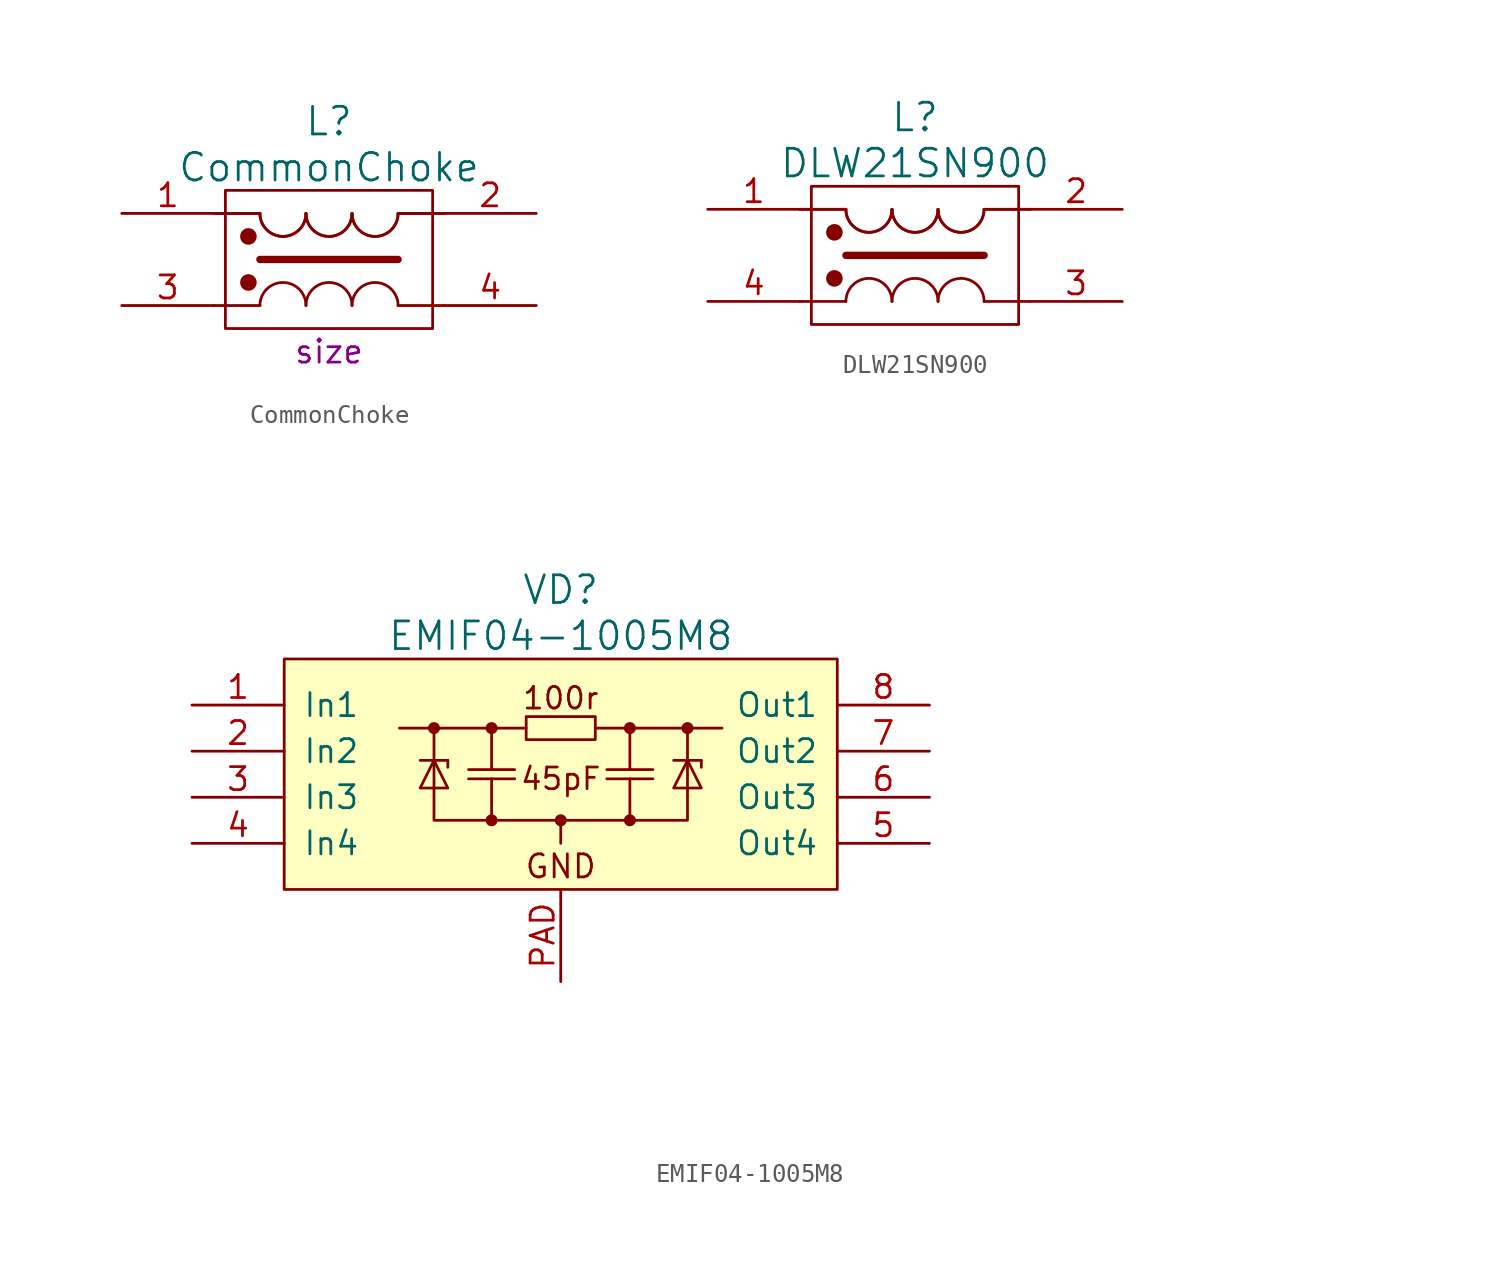
<source format=kicad_sym>
(kicad_symbol_lib
  (version 20220914)
  (generator kicad_symbol_editor)
  (symbol "CommonChoke"
    (pin_names
      (offset 1.016))
    (property "Reference" "L"
      (at 0 7.62 0)
      (do_not_autoplace)
      (effects (font (size 1.524 1.524))))
    (property "Value" "CommonChoke"
      (at 0 5.08 0)
      (do_not_autoplace)
      (effects (font (size 1.524 1.524))))
    (property "Datasheet" ""
      (at 0 7.62 0)
      (effects (font (size 1.524 1.524))))
    (property "Size" "size"
      (at 0 -5.08 0)
      (do_not_autoplace)
      (effects (font (size 1.27 1.27))))
    (symbol "CommonChoke_0_1"
      (circle (center -4.445 -1.27) (radius 0.254) (stroke (width 0.406) (type solid)) (fill (type outline)))
      (circle (center -4.445 1.27) (radius 0.254) (stroke (width 0.406) (type solid)) (fill (type outline)))
      (arc (start -3.81 2.54) (mid -2.54 1.2755) (end -1.27 2.54) (stroke (width 0) (type solid)) (fill (type none)))
      (arc (start -3.81 2.54) (mid -2.54 1.2755) (end -1.27 2.54) (stroke (width 0) (type solid)) (fill (type none)))
      (arc (start -1.27 -2.54) (mid -2.54 -1.2755) (end -3.81 -2.54) (stroke (width 0) (type solid)) (fill (type none)))
      (arc (start -1.27 2.54) (mid 0 1.2755) (end 1.27 2.54) (stroke (width 0) (type solid)) (fill (type none)))
      (arc (start -1.27 2.54) (mid 0 1.2755) (end 1.27 2.54) (stroke (width 0) (type solid)) (fill (type none)))
      (polyline (pts (xy -3.81 -2.54) (xy -6.35 -2.54)) (stroke (width 0) (type solid)) (fill (type none)))
      (polyline (pts (xy -3.81 2.54) (xy -6.35 2.54)) (stroke (width 0) (type solid)) (fill (type none)))
      (polyline (pts (xy -3.81 2.54) (xy -6.35 2.54)) (stroke (width 0) (type solid)) (fill (type none)))
      (polyline (pts (xy 3.81 0) (xy -3.81 0)) (stroke (width 0.406) (type solid)) (fill (type none)))
      (polyline (pts (xy 6.35 -2.54) (xy 3.81 -2.54)) (stroke (width 0) (type solid)) (fill (type none)))
      (polyline (pts (xy 6.35 2.54) (xy 3.81 2.54)) (stroke (width 0) (type solid)) (fill (type none)))
      (polyline (pts (xy 6.35 2.54) (xy 3.81 2.54)) (stroke (width 0) (type solid)) (fill (type none)))
      (arc (start 1.27 -2.54) (mid 0 -1.2755) (end -1.27 -2.54) (stroke (width 0) (type solid)) (fill (type none)))
      (arc (start 1.27 2.54) (mid 2.54 1.2755) (end 3.81 2.54) (stroke (width 0) (type solid)) (fill (type none)))
      (arc (start 1.27 2.54) (mid 2.54 1.2755) (end 3.81 2.54) (stroke (width 0) (type solid)) (fill (type none)))
      (arc (start 3.81 -2.54) (mid 2.54 -1.2755) (end 1.27 -2.54) (stroke (width 0) (type solid)) (fill (type none)))
      (rectangle (start 5.715 3.81) (end -5.715 -3.81) (stroke (width 0) (type solid)) (fill (type none))))
    (symbol "CommonChoke_1_1"
      (pin input line (at -11.43 2.54 0) (length 5.08) (name "~" (effects (font (size 1.27 1.27)))) (number "1" (effects (font (size 1.27 1.27)))))
      (pin passive line (at 11.43 2.54 180) (length 5.08) (name "~" (effects (font (size 1.27 1.27)))) (number "2" (effects (font (size 1.27 1.27)))))
      (pin input line (at -11.43 -2.54 0) (length 5.08) (name "~" (effects (font (size 1.27 1.27)))) (number "3" (effects (font (size 1.27 1.27)))))
      (pin passive line (at 11.43 -2.54 180) (length 5.08) (name "~" (effects (font (size 1.27 1.27)))) (number "4" (effects (font (size 1.27 1.27)))))))
  (symbol "DLW21SN900"
    (pin_names
      (offset 1.016))
    (property "Reference" "L"
      (at 0 7.62 0)
      (effects (font (size 1.524 1.524))))
    (property "Value" "DLW21SN900"
      (at 0 5.08 0)
      (effects (font (size 1.524 1.524))))
    (property "Datasheet" ""
      (at 0 7.62 0)
      (effects (font (size 1.524 1.524))))
    (symbol "DLW21SN900_0_1"
      (circle (center -4.445 -1.27) (radius 0.254) (stroke (width 0.406) (type solid)) (fill (type outline)))
      (circle (center -4.445 1.27) (radius 0.254) (stroke (width 0.406) (type solid)) (fill (type outline)))
      (arc (start -3.81 2.54) (mid -2.54 1.2755) (end -1.27 2.54) (stroke (width 0) (type solid)) (fill (type none)))
      (arc (start -3.81 2.54) (mid -2.54 1.2755) (end -1.27 2.54) (stroke (width 0) (type solid)) (fill (type none)))
      (arc (start -1.27 -2.54) (mid -2.54 -1.2755) (end -3.81 -2.54) (stroke (width 0) (type solid)) (fill (type none)))
      (arc (start -1.27 2.54) (mid 0 1.2755) (end 1.27 2.54) (stroke (width 0) (type solid)) (fill (type none)))
      (arc (start -1.27 2.54) (mid 0 1.2755) (end 1.27 2.54) (stroke (width 0) (type solid)) (fill (type none)))
      (polyline (pts (xy -3.81 -2.54) (xy -6.35 -2.54)) (stroke (width 0) (type solid)) (fill (type none)))
      (polyline (pts (xy -3.81 2.54) (xy -6.35 2.54)) (stroke (width 0) (type solid)) (fill (type none)))
      (polyline (pts (xy -3.81 2.54) (xy -6.35 2.54)) (stroke (width 0) (type solid)) (fill (type none)))
      (polyline (pts (xy 3.81 0) (xy -3.81 0)) (stroke (width 0.406) (type solid)) (fill (type none)))
      (polyline (pts (xy 6.35 -2.54) (xy 3.81 -2.54)) (stroke (width 0) (type solid)) (fill (type none)))
      (polyline (pts (xy 6.35 2.54) (xy 3.81 2.54)) (stroke (width 0) (type solid)) (fill (type none)))
      (polyline (pts (xy 6.35 2.54) (xy 3.81 2.54)) (stroke (width 0) (type solid)) (fill (type none)))
      (arc (start 1.27 -2.54) (mid 0 -1.2755) (end -1.27 -2.54) (stroke (width 0) (type solid)) (fill (type none)))
      (arc (start 1.27 2.54) (mid 2.54 1.2755) (end 3.81 2.54) (stroke (width 0) (type solid)) (fill (type none)))
      (arc (start 1.27 2.54) (mid 2.54 1.2755) (end 3.81 2.54) (stroke (width 0) (type solid)) (fill (type none)))
      (arc (start 3.81 -2.54) (mid 2.54 -1.2755) (end 1.27 -2.54) (stroke (width 0) (type solid)) (fill (type none)))
      (rectangle (start 5.715 3.81) (end -5.715 -3.81) (stroke (width 0) (type solid)) (fill (type none))))
    (symbol "DLW21SN900_1_1"
      (pin input line (at -11.43 2.54 0) (length 5.08) (name "~" (effects (font (size 1.27 1.27)))) (number "1" (effects (font (size 1.27 1.27)))))
      (pin passive line (at 11.43 2.54 180) (length 5.08) (name "~" (effects (font (size 1.27 1.27)))) (number "2" (effects (font (size 1.27 1.27)))))
      (pin passive line (at 11.43 -2.54 180) (length 5.08) (name "~" (effects (font (size 1.27 1.27)))) (number "3" (effects (font (size 1.27 1.27)))))
      (pin input line (at -11.43 -2.54 0) (length 5.08) (name "~" (effects (font (size 1.27 1.27)))) (number "4" (effects (font (size 1.27 1.27)))))))
  (symbol "EMIF04-1005M8"
    (pin_names
      (offset 1.016))
    (property "Reference" "VD"
      (at 0 10.16 0)
      (effects (font (size 1.524 1.524))))
    (property "Value" "EMIF04-1005M8"
      (at 0 7.62 0)
      (effects (font (size 1.524 1.524))))
    (property "Datasheet" ""
      (at 41.275 -17.78 0)
      (effects (font (size 1.524 1.524))))
    (symbol "EMIF04-1005M8_0_0"
      (text "GND" (at 0 -5.08 0) (effects (font (size 1.27 1.27)))))
    (symbol "EMIF04-1005M8_0_1"
      (rectangle (start -15.24 6.35) (end 15.24 -6.35) (stroke (width 0) (type solid)) (fill (type background)))
      (polyline (pts (xy -5.08 -0.254) (xy -2.54 -0.254)) (stroke (width 0) (type solid)) (fill (type none)))
      (polyline (pts (xy -3.81 -2.54) (xy -3.81 -0.254)) (stroke (width 0) (type solid)) (fill (type none)))
      (polyline (pts (xy -3.81 2.54) (xy -3.81 0.254)) (stroke (width 0) (type solid)) (fill (type none)))
      (polyline (pts (xy -2.54 0.254) (xy -5.08 0.254)) (stroke (width 0) (type solid)) (fill (type none)))
      (polyline (pts (xy 2.54 -0.254) (xy 5.08 -0.254)) (stroke (width 0) (type solid)) (fill (type none)))
      (polyline (pts (xy 3.81 -2.54) (xy 3.81 -0.254)) (stroke (width 0) (type solid)) (fill (type none)))
      (polyline (pts (xy 3.81 2.54) (xy 3.81 0.254)) (stroke (width 0) (type solid)) (fill (type none)))
      (polyline (pts (xy 5.08 0.254) (xy 2.54 0.254)) (stroke (width 0) (type solid)) (fill (type none))))
    (symbol "EMIF04-1005M8_1_0"
      (circle (center -6.985 2.54) (radius 0.254) (stroke (width 0) (type solid)) (fill (type outline)))
      (circle (center -3.81 -2.54) (radius 0.254) (stroke (width 0) (type solid)) (fill (type outline)))
      (circle (center -3.81 2.54) (radius 0.254) (stroke (width 0) (type solid)) (fill (type outline)))
      (circle (center 0 -2.54) (radius 0.254) (stroke (width 0) (type solid)) (fill (type outline)))
      (polyline (pts (xy 0 -2.54) (xy 0 -3.81)) (stroke (width 0) (type solid)) (fill (type none)))
      (polyline (pts (xy -6.985 2.54) (xy -6.985 -2.54) (xy 6.985 -2.54) (xy 6.985 2.54)) (stroke (width 0) (type solid)) (fill (type none)))
      (circle (center 3.81 -2.54) (radius 0.254) (stroke (width 0) (type solid)) (fill (type outline)))
      (circle (center 3.81 2.54) (radius 0.254) (stroke (width 0) (type solid)) (fill (type outline)))
      (circle (center 6.985 2.54) (radius 0.254) (stroke (width 0) (type solid)) (fill (type outline)))
      (text "100r" (at 0 4.191 0) (effects (font (size 1.194 1.194))))
      (text "45pF" (at 0 -0.254 0) (effects (font (size 1.194 1.194)))))
    (symbol "EMIF04-1005M8_1_1"
      (rectangle (start -1.905 3.175) (end 1.905 1.905) (stroke (width 0) (type solid)) (fill (type none)))
      (polyline (pts (xy -6.223 0.762) (xy -7.747 0.762)) (stroke (width 0) (type solid)) (fill (type none)))
      (polyline (pts (xy -6.223 0.762) (xy -6.223 0.381)) (stroke (width 0) (type solid)) (fill (type none)))
      (polyline (pts (xy -1.905 2.54) (xy -8.89 2.54)) (stroke (width 0) (type solid)) (fill (type none)))
      (polyline (pts (xy 1.905 2.54) (xy 8.89 2.54)) (stroke (width 0) (type solid)) (fill (type none)))
      (polyline (pts (xy 7.747 0.762) (xy 6.223 0.762)) (stroke (width 0) (type solid)) (fill (type none)))
      (polyline (pts (xy 7.747 0.762) (xy 7.747 0.381)) (stroke (width 0) (type solid)) (fill (type none)))
      (polyline (pts (xy -6.985 0.762) (xy -7.747 -0.762) (xy -6.223 -0.762) (xy -6.985 0.762)) (stroke (width 0) (type solid)) (fill (type none)))
      (polyline (pts (xy 6.985 0.762) (xy 6.223 -0.762) (xy 7.747 -0.762) (xy 6.985 0.762)) (stroke (width 0) (type solid)) (fill (type none)))
      (pin passive line (at -20.32 3.81 0) (length 5.08) (name "In1" (effects (font (size 1.27 1.27)))) (number "1" (effects (font (size 1.27 1.27)))))
      (pin passive line (at -20.32 1.27 0) (length 5.08) (name "In2" (effects (font (size 1.27 1.27)))) (number "2" (effects (font (size 1.27 1.27)))))
      (pin passive line (at -20.32 -1.27 0) (length 5.08) (name "In3" (effects (font (size 1.27 1.27)))) (number "3" (effects (font (size 1.27 1.27)))))
      (pin passive line (at -20.32 -3.81 0) (length 5.08) (name "In4" (effects (font (size 1.27 1.27)))) (number "4" (effects (font (size 1.27 1.27)))))
      (pin passive line (at 20.32 -3.81 180) (length 5.08) (name "Out4" (effects (font (size 1.27 1.27)))) (number "5" (effects (font (size 1.27 1.27)))))
      (pin passive line (at 20.32 -1.27 180) (length 5.08) (name "Out3" (effects (font (size 1.27 1.27)))) (number "6" (effects (font (size 1.27 1.27)))))
      (pin passive line (at 20.32 1.27 180) (length 5.08) (name "Out2" (effects (font (size 1.27 1.27)))) (number "7" (effects (font (size 1.27 1.27)))))
      (pin passive line (at 20.32 3.81 180) (length 5.08) (name "Out1" (effects (font (size 1.27 1.27)))) (number "8" (effects (font (size 1.27 1.27)))))
      (pin passive line (at 0 -11.43 90) (length 5.08) (name "~" (effects (font (size 1.27 1.27)))) (number "PAD" (effects (font (size 1.27 1.27))))))))
</source>
